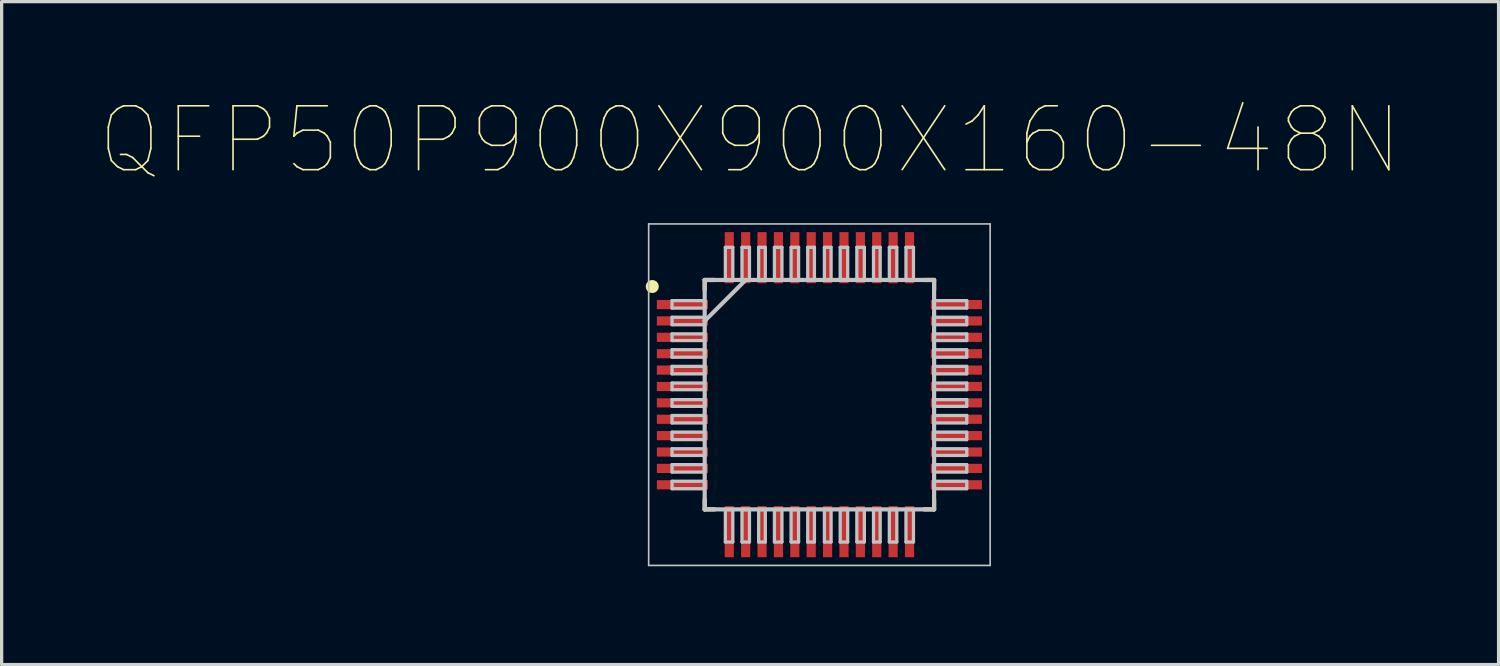
<source format=kicad_pcb>
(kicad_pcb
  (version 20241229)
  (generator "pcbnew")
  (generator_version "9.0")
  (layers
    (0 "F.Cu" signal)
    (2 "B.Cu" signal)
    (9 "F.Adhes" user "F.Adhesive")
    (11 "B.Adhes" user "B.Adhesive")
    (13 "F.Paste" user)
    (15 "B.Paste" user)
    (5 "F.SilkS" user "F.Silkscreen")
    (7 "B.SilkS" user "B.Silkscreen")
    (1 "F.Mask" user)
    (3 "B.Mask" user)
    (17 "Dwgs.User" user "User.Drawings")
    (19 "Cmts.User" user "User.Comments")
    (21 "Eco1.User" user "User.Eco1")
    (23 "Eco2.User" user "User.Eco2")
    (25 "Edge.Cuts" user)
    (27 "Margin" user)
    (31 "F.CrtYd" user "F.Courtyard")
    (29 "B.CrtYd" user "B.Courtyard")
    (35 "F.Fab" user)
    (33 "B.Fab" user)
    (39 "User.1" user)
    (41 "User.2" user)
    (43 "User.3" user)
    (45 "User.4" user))
  (footprint "QFP50P900X900X160-48N"
    (layer "F.Cu")
    (at 21.953 8.993)
    (property "Reference" "QFP50P900X900X160-48N" (at -2.115 -7.765 0) (layer "F.SilkS") (effects (font (size 1.949 1.949) (thickness 0.05))))
    (attr smd)
    (fp_line (start -3.5 -3.5) (end -3.5 -3.2) (stroke (width 0.127) (type solid)) (layer "F.SilkS"))
    (fp_line (start -3.5 3.2) (end -3.5 3.5) (stroke (width 0.127) (type solid)) (layer "F.SilkS"))
    (fp_line (start -3.5 3.5) (end -3.2 3.5) (stroke (width 0.127) (type solid)) (layer "F.SilkS"))
    (fp_line (start -3.2 -3.5) (end -3.5 -3.5) (stroke (width 0.127) (type solid)) (layer "F.SilkS"))
    (fp_line (start 3.2 3.5) (end 3.5 3.5) (stroke (width 0.127) (type solid)) (layer "F.SilkS"))
    (fp_line (start 3.5 -3.5) (end 3.2 -3.5) (stroke (width 0.127) (type solid)) (layer "F.SilkS"))
    (fp_line (start 3.5 -3.2) (end 3.5 -3.5) (stroke (width 0.127) (type solid)) (layer "F.SilkS"))
    (fp_line (start 3.5 3.5) (end 3.5 3.2) (stroke (width 0.127) (type solid)) (layer "F.SilkS"))
    (fp_circle (center -5.1 -3.3) (end -5 -3.3) (stroke (width 0.2) (type solid)) (fill no) (layer "F.SilkS"))
    (fp_line (start -5.21 -5.21) (end 5.21 -5.21) (stroke (width 0.05) (type solid)) (layer "Dwgs.User"))
    (fp_line (start -5.21 5.21) (end -5.21 -5.21) (stroke (width 0.05) (type solid)) (layer "Dwgs.User"))
    (fp_line (start -4.496 -2.87) (end -4.496 -2.642) (stroke (width 0.1) (type solid)) (layer "Dwgs.User"))
    (fp_line (start -4.496 -2.642) (end -3.505 -2.642) (stroke (width 0.1) (type solid)) (layer "Dwgs.User"))
    (fp_line (start -4.496 -2.362) (end -4.496 -2.134) (stroke (width 0.1) (type solid)) (layer "Dwgs.User"))
    (fp_line (start -4.496 -2.134) (end -3.505 -2.134) (stroke (width 0.1) (type solid)) (layer "Dwgs.User"))
    (fp_line (start -4.496 -1.854) (end -4.496 -1.651) (stroke (width 0.1) (type solid)) (layer "Dwgs.User"))
    (fp_line (start -4.496 -1.651) (end -3.505 -1.651) (stroke (width 0.1) (type solid)) (layer "Dwgs.User"))
    (fp_line (start -4.496 -1.372) (end -4.496 -1.143) (stroke (width 0.1) (type solid)) (layer "Dwgs.User"))
    (fp_line (start -4.496 -1.143) (end -3.505 -1.143) (stroke (width 0.1) (type solid)) (layer "Dwgs.User"))
    (fp_line (start -4.496 -0.864) (end -4.496 -0.635) (stroke (width 0.1) (type solid)) (layer "Dwgs.User"))
    (fp_line (start -4.496 -0.635) (end -3.505 -0.635) (stroke (width 0.1) (type solid)) (layer "Dwgs.User"))
    (fp_line (start -4.496 -0.356) (end -4.496 -0.152) (stroke (width 0.1) (type solid)) (layer "Dwgs.User"))
    (fp_line (start -4.496 -0.152) (end -3.505 -0.152) (stroke (width 0.1) (type solid)) (layer "Dwgs.User"))
    (fp_line (start -4.496 0.152) (end -4.496 0.356) (stroke (width 0.1) (type solid)) (layer "Dwgs.User"))
    (fp_line (start -4.496 0.356) (end -3.505 0.356) (stroke (width 0.1) (type solid)) (layer "Dwgs.User"))
    (fp_line (start -4.496 0.635) (end -4.496 0.864) (stroke (width 0.1) (type solid)) (layer "Dwgs.User"))
    (fp_line (start -4.496 0.864) (end -3.505 0.864) (stroke (width 0.1) (type solid)) (layer "Dwgs.User"))
    (fp_line (start -4.496 1.143) (end -4.496 1.372) (stroke (width 0.1) (type solid)) (layer "Dwgs.User"))
    (fp_line (start -4.496 1.372) (end -3.505 1.372) (stroke (width 0.1) (type solid)) (layer "Dwgs.User"))
    (fp_line (start -4.496 1.651) (end -4.496 1.854) (stroke (width 0.1) (type solid)) (layer "Dwgs.User"))
    (fp_line (start -4.496 1.854) (end -3.505 1.854) (stroke (width 0.1) (type solid)) (layer "Dwgs.User"))
    (fp_line (start -4.496 2.134) (end -4.496 2.362) (stroke (width 0.1) (type solid)) (layer "Dwgs.User"))
    (fp_line (start -4.496 2.362) (end -3.505 2.362) (stroke (width 0.1) (type solid)) (layer "Dwgs.User"))
    (fp_line (start -4.496 2.642) (end -4.496 2.87) (stroke (width 0.1) (type solid)) (layer "Dwgs.User"))
    (fp_line (start -4.496 2.87) (end -3.505 2.87) (stroke (width 0.1) (type solid)) (layer "Dwgs.User"))
    (fp_line (start -3.505 -2.87) (end -4.496 -2.87) (stroke (width 0.1) (type solid)) (layer "Dwgs.User"))
    (fp_line (start -3.505 -2.642) (end -3.505 -2.87) (stroke (width 0.1) (type solid)) (layer "Dwgs.User"))
    (fp_line (start -3.505 -2.362) (end -4.496 -2.362) (stroke (width 0.1) (type solid)) (layer "Dwgs.User"))
    (fp_line (start -3.505 -2.134) (end -3.5 -2.25) (stroke (width 0.1) (type solid)) (layer "Dwgs.User"))
    (fp_line (start -3.505 -1.854) (end -4.496 -1.854) (stroke (width 0.1) (type solid)) (layer "Dwgs.User"))
    (fp_line (start -3.505 -1.651) (end -3.505 -1.854) (stroke (width 0.1) (type solid)) (layer "Dwgs.User"))
    (fp_line (start -3.505 -1.372) (end -4.496 -1.372) (stroke (width 0.1) (type solid)) (layer "Dwgs.User"))
    (fp_line (start -3.505 -1.143) (end -3.505 -1.372) (stroke (width 0.1) (type solid)) (layer "Dwgs.User"))
    (fp_line (start -3.505 -0.864) (end -4.496 -0.864) (stroke (width 0.1) (type solid)) (layer "Dwgs.User"))
    (fp_line (start -3.505 -0.635) (end -3.505 -0.864) (stroke (width 0.1) (type solid)) (layer "Dwgs.User"))
    (fp_line (start -3.505 -0.356) (end -4.496 -0.356) (stroke (width 0.1) (type solid)) (layer "Dwgs.User"))
    (fp_line (start -3.505 -0.152) (end -3.505 -0.356) (stroke (width 0.1) (type solid)) (layer "Dwgs.User"))
    (fp_line (start -3.505 0.152) (end -4.496 0.152) (stroke (width 0.1) (type solid)) (layer "Dwgs.User"))
    (fp_line (start -3.505 0.356) (end -3.505 0.152) (stroke (width 0.1) (type solid)) (layer "Dwgs.User"))
    (fp_line (start -3.505 0.635) (end -4.496 0.635) (stroke (width 0.1) (type solid)) (layer "Dwgs.User"))
    (fp_line (start -3.505 0.864) (end -3.505 0.635) (stroke (width 0.1) (type solid)) (layer "Dwgs.User"))
    (fp_line (start -3.505 1.143) (end -4.496 1.143) (stroke (width 0.1) (type solid)) (layer "Dwgs.User"))
    (fp_line (start -3.505 1.372) (end -3.505 1.143) (stroke (width 0.1) (type solid)) (layer "Dwgs.User"))
    (fp_line (start -3.505 1.651) (end -4.496 1.651) (stroke (width 0.1) (type solid)) (layer "Dwgs.User"))
    (fp_line (start -3.505 1.854) (end -3.505 1.651) (stroke (width 0.1) (type solid)) (layer "Dwgs.User"))
    (fp_line (start -3.505 2.134) (end -4.496 2.134) (stroke (width 0.1) (type solid)) (layer "Dwgs.User"))
    (fp_line (start -3.505 2.362) (end -3.505 2.134) (stroke (width 0.1) (type solid)) (layer "Dwgs.User"))
    (fp_line (start -3.505 2.642) (end -4.496 2.642) (stroke (width 0.1) (type solid)) (layer "Dwgs.User"))
    (fp_line (start -3.505 2.87) (end -3.505 2.642) (stroke (width 0.1) (type solid)) (layer "Dwgs.User"))
    (fp_line (start -3.5 -3.5) (end -3.5 -2.25) (stroke (width 0.127) (type solid)) (layer "Dwgs.User"))
    (fp_line (start -3.5 -2.25) (end -3.505 -2.362) (stroke (width 0.1) (type solid)) (layer "Dwgs.User"))
    (fp_line (start -3.5 -2.25) (end -3.5 3.5) (stroke (width 0.127) (type solid)) (layer "Dwgs.User"))
    (fp_line (start -3.5 -2.25) (end -2.25 -3.5) (stroke (width 0.127) (type solid)) (layer "Dwgs.User"))
    (fp_line (start -3.5 3.5) (end 3.5 3.5) (stroke (width 0.127) (type solid)) (layer "Dwgs.User"))
    (fp_line (start -2.87 -4.496) (end -2.87 -3.505) (stroke (width 0.1) (type solid)) (layer "Dwgs.User"))
    (fp_line (start -2.87 -3.505) (end -2.642 -3.505) (stroke (width 0.1) (type solid)) (layer "Dwgs.User"))
    (fp_line (start -2.87 3.505) (end -2.87 4.496) (stroke (width 0.1) (type solid)) (layer "Dwgs.User"))
    (fp_line (start -2.87 4.496) (end -2.642 4.496) (stroke (width 0.1) (type solid)) (layer "Dwgs.User"))
    (fp_line (start -2.642 -4.496) (end -2.87 -4.496) (stroke (width 0.1) (type solid)) (layer "Dwgs.User"))
    (fp_line (start -2.642 -3.505) (end -2.642 -4.496) (stroke (width 0.1) (type solid)) (layer "Dwgs.User"))
    (fp_line (start -2.642 3.505) (end -2.87 3.505) (stroke (width 0.1) (type solid)) (layer "Dwgs.User"))
    (fp_line (start -2.642 4.496) (end -2.642 3.505) (stroke (width 0.1) (type solid)) (layer "Dwgs.User"))
    (fp_line (start -2.362 -4.496) (end -2.362 -3.505) (stroke (width 0.1) (type solid)) (layer "Dwgs.User"))
    (fp_line (start -2.362 -3.505) (end -2.25 -3.5) (stroke (width 0.1) (type solid)) (layer "Dwgs.User"))
    (fp_line (start -2.362 3.505) (end -2.362 4.496) (stroke (width 0.1) (type solid)) (layer "Dwgs.User"))
    (fp_line (start -2.362 4.496) (end -2.134 4.496) (stroke (width 0.1) (type solid)) (layer "Dwgs.User"))
    (fp_line (start -2.25 -3.5) (end -3.5 -3.5) (stroke (width 0.127) (type solid)) (layer "Dwgs.User"))
    (fp_line (start -2.25 -3.5) (end -2.134 -3.505) (stroke (width 0.1) (type solid)) (layer "Dwgs.User"))
    (fp_line (start -2.134 -4.496) (end -2.362 -4.496) (stroke (width 0.1) (type solid)) (layer "Dwgs.User"))
    (fp_line (start -2.134 -3.505) (end -2.134 -4.496) (stroke (width 0.1) (type solid)) (layer "Dwgs.User"))
    (fp_line (start -2.134 3.505) (end -2.362 3.505) (stroke (width 0.1) (type solid)) (layer "Dwgs.User"))
    (fp_line (start -2.134 4.496) (end -2.134 3.505) (stroke (width 0.1) (type solid)) (layer "Dwgs.User"))
    (fp_line (start -1.854 -4.496) (end -1.854 -3.505) (stroke (width 0.1) (type solid)) (layer "Dwgs.User"))
    (fp_line (start -1.854 -3.505) (end -1.651 -3.505) (stroke (width 0.1) (type solid)) (layer "Dwgs.User"))
    (fp_line (start -1.854 3.505) (end -1.854 4.496) (stroke (width 0.1) (type solid)) (layer "Dwgs.User"))
    (fp_line (start -1.854 4.496) (end -1.651 4.496) (stroke (width 0.1) (type solid)) (layer "Dwgs.User"))
    (fp_line (start -1.651 -4.496) (end -1.854 -4.496) (stroke (width 0.1) (type solid)) (layer "Dwgs.User"))
    (fp_line (start -1.651 -3.505) (end -1.651 -4.496) (stroke (width 0.1) (type solid)) (layer "Dwgs.User"))
    (fp_line (start -1.651 3.505) (end -1.854 3.505) (stroke (width 0.1) (type solid)) (layer "Dwgs.User"))
    (fp_line (start -1.651 4.496) (end -1.651 3.505) (stroke (width 0.1) (type solid)) (layer "Dwgs.User"))
    (fp_line (start -1.372 -4.496) (end -1.372 -3.505) (stroke (width 0.1) (type solid)) (layer "Dwgs.User"))
    (fp_line (start -1.372 -3.505) (end -1.143 -3.505) (stroke (width 0.1) (type solid)) (layer "Dwgs.User"))
    (fp_line (start -1.372 3.505) (end -1.372 4.496) (stroke (width 0.1) (type solid)) (layer "Dwgs.User"))
    (fp_line (start -1.372 4.496) (end -1.143 4.496) (stroke (width 0.1) (type solid)) (layer "Dwgs.User"))
    (fp_line (start -1.143 -4.496) (end -1.372 -4.496) (stroke (width 0.1) (type solid)) (layer "Dwgs.User"))
    (fp_line (start -1.143 -3.505) (end -1.143 -4.496) (stroke (width 0.1) (type solid)) (layer "Dwgs.User"))
    (fp_line (start -1.143 3.505) (end -1.372 3.505) (stroke (width 0.1) (type solid)) (layer "Dwgs.User"))
    (fp_line (start -1.143 4.496) (end -1.143 3.505) (stroke (width 0.1) (type solid)) (layer "Dwgs.User"))
    (fp_line (start -0.864 -4.496) (end -0.864 -3.505) (stroke (width 0.1) (type solid)) (layer "Dwgs.User"))
    (fp_line (start -0.864 -3.505) (end -0.635 -3.505) (stroke (width 0.1) (type solid)) (layer "Dwgs.User"))
    (fp_line (start -0.864 3.505) (end -0.864 4.496) (stroke (width 0.1) (type solid)) (layer "Dwgs.User"))
    (fp_line (start -0.864 4.496) (end -0.635 4.496) (stroke (width 0.1) (type solid)) (layer "Dwgs.User"))
    (fp_line (start -0.635 -4.496) (end -0.864 -4.496) (stroke (width 0.1) (type solid)) (layer "Dwgs.User"))
    (fp_line (start -0.635 -3.505) (end -0.635 -4.496) (stroke (width 0.1) (type solid)) (layer "Dwgs.User"))
    (fp_line (start -0.635 3.505) (end -0.864 3.505) (stroke (width 0.1) (type solid)) (layer "Dwgs.User"))
    (fp_line (start -0.635 4.496) (end -0.635 3.505) (stroke (width 0.1) (type solid)) (layer "Dwgs.User"))
    (fp_line (start -0.356 -4.496) (end -0.356 -3.505) (stroke (width 0.1) (type solid)) (layer "Dwgs.User"))
    (fp_line (start -0.356 -3.505) (end -0.152 -3.505) (stroke (width 0.1) (type solid)) (layer "Dwgs.User"))
    (fp_line (start -0.356 3.505) (end -0.356 4.496) (stroke (width 0.1) (type solid)) (layer "Dwgs.User"))
    (fp_line (start -0.356 4.496) (end -0.152 4.496) (stroke (width 0.1) (type solid)) (layer "Dwgs.User"))
    (fp_line (start -0.152 -4.496) (end -0.356 -4.496) (stroke (width 0.1) (type solid)) (layer "Dwgs.User"))
    (fp_line (start -0.152 -3.505) (end -0.152 -4.496) (stroke (width 0.1) (type solid)) (layer "Dwgs.User"))
    (fp_line (start -0.152 3.505) (end -0.356 3.505) (stroke (width 0.1) (type solid)) (layer "Dwgs.User"))
    (fp_line (start -0.152 4.496) (end -0.152 3.505) (stroke (width 0.1) (type solid)) (layer "Dwgs.User"))
    (fp_line (start 0.152 -4.496) (end 0.152 -3.505) (stroke (width 0.1) (type solid)) (layer "Dwgs.User"))
    (fp_line (start 0.152 -3.505) (end 0.356 -3.505) (stroke (width 0.1) (type solid)) (layer "Dwgs.User"))
    (fp_line (start 0.152 3.505) (end 0.152 4.496) (stroke (width 0.1) (type solid)) (layer "Dwgs.User"))
    (fp_line (start 0.152 4.496) (end 0.356 4.496) (stroke (width 0.1) (type solid)) (layer "Dwgs.User"))
    (fp_line (start 0.356 -4.496) (end 0.152 -4.496) (stroke (width 0.1) (type solid)) (layer "Dwgs.User"))
    (fp_line (start 0.356 -3.505) (end 0.356 -4.496) (stroke (width 0.1) (type solid)) (layer "Dwgs.User"))
    (fp_line (start 0.356 3.505) (end 0.152 3.505) (stroke (width 0.1) (type solid)) (layer "Dwgs.User"))
    (fp_line (start 0.356 4.496) (end 0.356 3.505) (stroke (width 0.1) (type solid)) (layer "Dwgs.User"))
    (fp_line (start 0.635 -4.496) (end 0.635 -3.505) (stroke (width 0.1) (type solid)) (layer "Dwgs.User"))
    (fp_line (start 0.635 -3.505) (end 0.864 -3.505) (stroke (width 0.1) (type solid)) (layer "Dwgs.User"))
    (fp_line (start 0.635 3.505) (end 0.635 4.496) (stroke (width 0.1) (type solid)) (layer "Dwgs.User"))
    (fp_line (start 0.635 4.496) (end 0.864 4.496) (stroke (width 0.1) (type solid)) (layer "Dwgs.User"))
    (fp_line (start 0.864 -4.496) (end 0.635 -4.496) (stroke (width 0.1) (type solid)) (layer "Dwgs.User"))
    (fp_line (start 0.864 -3.505) (end 0.864 -4.496) (stroke (width 0.1) (type solid)) (layer "Dwgs.User"))
    (fp_line (start 0.864 3.505) (end 0.635 3.505) (stroke (width 0.1) (type solid)) (layer "Dwgs.User"))
    (fp_line (start 0.864 4.496) (end 0.864 3.505) (stroke (width 0.1) (type solid)) (layer "Dwgs.User"))
    (fp_line (start 1.143 -4.496) (end 1.143 -3.505) (stroke (width 0.1) (type solid)) (layer "Dwgs.User"))
    (fp_line (start 1.143 -3.505) (end 1.372 -3.505) (stroke (width 0.1) (type solid)) (layer "Dwgs.User"))
    (fp_line (start 1.143 3.505) (end 1.143 4.496) (stroke (width 0.1) (type solid)) (layer "Dwgs.User"))
    (fp_line (start 1.143 4.496) (end 1.372 4.496) (stroke (width 0.1) (type solid)) (layer "Dwgs.User"))
    (fp_line (start 1.372 -4.496) (end 1.143 -4.496) (stroke (width 0.1) (type solid)) (layer "Dwgs.User"))
    (fp_line (start 1.372 -3.505) (end 1.372 -4.496) (stroke (width 0.1) (type solid)) (layer "Dwgs.User"))
    (fp_line (start 1.372 3.505) (end 1.143 3.505) (stroke (width 0.1) (type solid)) (layer "Dwgs.User"))
    (fp_line (start 1.372 4.496) (end 1.372 3.505) (stroke (width 0.1) (type solid)) (layer "Dwgs.User"))
    (fp_line (start 1.651 -4.496) (end 1.651 -3.505) (stroke (width 0.1) (type solid)) (layer "Dwgs.User"))
    (fp_line (start 1.651 -3.505) (end 1.854 -3.505) (stroke (width 0.1) (type solid)) (layer "Dwgs.User"))
    (fp_line (start 1.651 3.505) (end 1.651 4.496) (stroke (width 0.1) (type solid)) (layer "Dwgs.User"))
    (fp_line (start 1.651 4.496) (end 1.854 4.496) (stroke (width 0.1) (type solid)) (layer "Dwgs.User"))
    (fp_line (start 1.854 -4.496) (end 1.651 -4.496) (stroke (width 0.1) (type solid)) (layer "Dwgs.User"))
    (fp_line (start 1.854 -3.505) (end 1.854 -4.496) (stroke (width 0.1) (type solid)) (layer "Dwgs.User"))
    (fp_line (start 1.854 3.505) (end 1.651 3.505) (stroke (width 0.1) (type solid)) (layer "Dwgs.User"))
    (fp_line (start 1.854 4.496) (end 1.854 3.505) (stroke (width 0.1) (type solid)) (layer "Dwgs.User"))
    (fp_line (start 2.134 -4.496) (end 2.134 -3.505) (stroke (width 0.1) (type solid)) (layer "Dwgs.User"))
    (fp_line (start 2.134 -3.505) (end 2.362 -3.505) (stroke (width 0.1) (type solid)) (layer "Dwgs.User"))
    (fp_line (start 2.134 3.505) (end 2.134 4.496) (stroke (width 0.1) (type solid)) (layer "Dwgs.User"))
    (fp_line (start 2.134 4.496) (end 2.362 4.496) (stroke (width 0.1) (type solid)) (layer "Dwgs.User"))
    (fp_line (start 2.362 -4.496) (end 2.134 -4.496) (stroke (width 0.1) (type solid)) (layer "Dwgs.User"))
    (fp_line (start 2.362 -3.505) (end 2.362 -4.496) (stroke (width 0.1) (type solid)) (layer "Dwgs.User"))
    (fp_line (start 2.362 3.505) (end 2.134 3.505) (stroke (width 0.1) (type solid)) (layer "Dwgs.User"))
    (fp_line (start 2.362 4.496) (end 2.362 3.505) (stroke (width 0.1) (type solid)) (layer "Dwgs.User"))
    (fp_line (start 2.642 -4.496) (end 2.642 -3.505) (stroke (width 0.1) (type solid)) (layer "Dwgs.User"))
    (fp_line (start 2.642 -3.505) (end 2.87 -3.505) (stroke (width 0.1) (type solid)) (layer "Dwgs.User"))
    (fp_line (start 2.642 3.505) (end 2.642 4.496) (stroke (width 0.1) (type solid)) (layer "Dwgs.User"))
    (fp_line (start 2.642 4.496) (end 2.87 4.496) (stroke (width 0.1) (type solid)) (layer "Dwgs.User"))
    (fp_line (start 2.87 -4.496) (end 2.642 -4.496) (stroke (width 0.1) (type solid)) (layer "Dwgs.User"))
    (fp_line (start 2.87 -3.505) (end 2.87 -4.496) (stroke (width 0.1) (type solid)) (layer "Dwgs.User"))
    (fp_line (start 2.87 3.505) (end 2.642 3.505) (stroke (width 0.1) (type solid)) (layer "Dwgs.User"))
    (fp_line (start 2.87 4.496) (end 2.87 3.505) (stroke (width 0.1) (type solid)) (layer "Dwgs.User"))
    (fp_line (start 3.5 -3.5) (end -2.25 -3.5) (stroke (width 0.127) (type solid)) (layer "Dwgs.User"))
    (fp_line (start 3.5 3.5) (end 3.5 -3.5) (stroke (width 0.127) (type solid)) (layer "Dwgs.User"))
    (fp_line (start 3.505 -2.87) (end 3.505 -2.642) (stroke (width 0.1) (type solid)) (layer "Dwgs.User"))
    (fp_line (start 3.505 -2.642) (end 4.496 -2.642) (stroke (width 0.1) (type solid)) (layer "Dwgs.User"))
    (fp_line (start 3.505 -2.362) (end 3.505 -2.134) (stroke (width 0.1) (type solid)) (layer "Dwgs.User"))
    (fp_line (start 3.505 -2.134) (end 4.496 -2.134) (stroke (width 0.1) (type solid)) (layer "Dwgs.User"))
    (fp_line (start 3.505 -1.854) (end 3.505 -1.651) (stroke (width 0.1) (type solid)) (layer "Dwgs.User"))
    (fp_line (start 3.505 -1.651) (end 4.496 -1.651) (stroke (width 0.1) (type solid)) (layer "Dwgs.User"))
    (fp_line (start 3.505 -1.372) (end 3.505 -1.143) (stroke (width 0.1) (type solid)) (layer "Dwgs.User"))
    (fp_line (start 3.505 -1.143) (end 4.496 -1.143) (stroke (width 0.1) (type solid)) (layer "Dwgs.User"))
    (fp_line (start 3.505 -0.864) (end 3.505 -0.635) (stroke (width 0.1) (type solid)) (layer "Dwgs.User"))
    (fp_line (start 3.505 -0.635) (end 4.496 -0.635) (stroke (width 0.1) (type solid)) (layer "Dwgs.User"))
    (fp_line (start 3.505 -0.356) (end 3.505 -0.152) (stroke (width 0.1) (type solid)) (layer "Dwgs.User"))
    (fp_line (start 3.505 -0.152) (end 4.496 -0.152) (stroke (width 0.1) (type solid)) (layer "Dwgs.User"))
    (fp_line (start 3.505 0.152) (end 3.505 0.356) (stroke (width 0.1) (type solid)) (layer "Dwgs.User"))
    (fp_line (start 3.505 0.356) (end 4.496 0.356) (stroke (width 0.1) (type solid)) (layer "Dwgs.User"))
    (fp_line (start 3.505 0.635) (end 3.505 0.864) (stroke (width 0.1) (type solid)) (layer "Dwgs.User"))
    (fp_line (start 3.505 0.864) (end 4.496 0.864) (stroke (width 0.1) (type solid)) (layer "Dwgs.User"))
    (fp_line (start 3.505 1.143) (end 3.505 1.372) (stroke (width 0.1) (type solid)) (layer "Dwgs.User"))
    (fp_line (start 3.505 1.372) (end 4.496 1.372) (stroke (width 0.1) (type solid)) (layer "Dwgs.User"))
    (fp_line (start 3.505 1.651) (end 3.505 1.854) (stroke (width 0.1) (type solid)) (layer "Dwgs.User"))
    (fp_line (start 3.505 1.854) (end 4.496 1.854) (stroke (width 0.1) (type solid)) (layer "Dwgs.User"))
    (fp_line (start 3.505 2.134) (end 3.505 2.362) (stroke (width 0.1) (type solid)) (layer "Dwgs.User"))
    (fp_line (start 3.505 2.362) (end 4.496 2.362) (stroke (width 0.1) (type solid)) (layer "Dwgs.User"))
    (fp_line (start 3.505 2.642) (end 3.505 2.87) (stroke (width 0.1) (type solid)) (layer "Dwgs.User"))
    (fp_line (start 3.505 2.87) (end 4.496 2.87) (stroke (width 0.1) (type solid)) (layer "Dwgs.User"))
    (fp_line (start 4.496 -2.87) (end 3.505 -2.87) (stroke (width 0.1) (type solid)) (layer "Dwgs.User"))
    (fp_line (start 4.496 -2.642) (end 4.496 -2.87) (stroke (width 0.1) (type solid)) (layer "Dwgs.User"))
    (fp_line (start 4.496 -2.362) (end 3.505 -2.362) (stroke (width 0.1) (type solid)) (layer "Dwgs.User"))
    (fp_line (start 4.496 -2.134) (end 4.496 -2.362) (stroke (width 0.1) (type solid)) (layer "Dwgs.User"))
    (fp_line (start 4.496 -1.854) (end 3.505 -1.854) (stroke (width 0.1) (type solid)) (layer "Dwgs.User"))
    (fp_line (start 4.496 -1.651) (end 4.496 -1.854) (stroke (width 0.1) (type solid)) (layer "Dwgs.User"))
    (fp_line (start 4.496 -1.372) (end 3.505 -1.372) (stroke (width 0.1) (type solid)) (layer "Dwgs.User"))
    (fp_line (start 4.496 -1.143) (end 4.496 -1.372) (stroke (width 0.1) (type solid)) (layer "Dwgs.User"))
    (fp_line (start 4.496 -0.864) (end 3.505 -0.864) (stroke (width 0.1) (type solid)) (layer "Dwgs.User"))
    (fp_line (start 4.496 -0.635) (end 4.496 -0.864) (stroke (width 0.1) (type solid)) (layer "Dwgs.User"))
    (fp_line (start 4.496 -0.356) (end 3.505 -0.356) (stroke (width 0.1) (type solid)) (layer "Dwgs.User"))
    (fp_line (start 4.496 -0.152) (end 4.496 -0.356) (stroke (width 0.1) (type solid)) (layer "Dwgs.User"))
    (fp_line (start 4.496 0.152) (end 3.505 0.152) (stroke (width 0.1) (type solid)) (layer "Dwgs.User"))
    (fp_line (start 4.496 0.356) (end 4.496 0.152) (stroke (width 0.1) (type solid)) (layer "Dwgs.User"))
    (fp_line (start 4.496 0.635) (end 3.505 0.635) (stroke (width 0.1) (type solid)) (layer "Dwgs.User"))
    (fp_line (start 4.496 0.864) (end 4.496 0.635) (stroke (width 0.1) (type solid)) (layer "Dwgs.User"))
    (fp_line (start 4.496 1.143) (end 3.505 1.143) (stroke (width 0.1) (type solid)) (layer "Dwgs.User"))
    (fp_line (start 4.496 1.372) (end 4.496 1.143) (stroke (width 0.1) (type solid)) (layer "Dwgs.User"))
    (fp_line (start 4.496 1.651) (end 3.505 1.651) (stroke (width 0.1) (type solid)) (layer "Dwgs.User"))
    (fp_line (start 4.496 1.854) (end 4.496 1.651) (stroke (width 0.1) (type solid)) (layer "Dwgs.User"))
    (fp_line (start 4.496 2.134) (end 3.505 2.134) (stroke (width 0.1) (type solid)) (layer "Dwgs.User"))
    (fp_line (start 4.496 2.362) (end 4.496 2.134) (stroke (width 0.1) (type solid)) (layer "Dwgs.User"))
    (fp_line (start 4.496 2.642) (end 3.505 2.642) (stroke (width 0.1) (type solid)) (layer "Dwgs.User"))
    (fp_line (start 4.496 2.87) (end 4.496 2.642) (stroke (width 0.1) (type solid)) (layer "Dwgs.User"))
    (fp_line (start 5.21 -5.21) (end 5.21 5.21) (stroke (width 0.05) (type solid)) (layer "Dwgs.User"))
    (fp_line (start 5.21 5.21) (end -5.21 5.21) (stroke (width 0.05) (type solid)) (layer "Dwgs.User"))
    (pad "1" smd rect (at -4.18 -2.75 270) (size 0.28 1.56) (layers "F.Cu" "F.Mask" "F.Paste"))
    (pad "2" smd rect (at -4.18 -2.25 270) (size 0.28 1.56) (layers "F.Cu" "F.Mask" "F.Paste"))
    (pad "3" smd rect (at -4.18 -1.75 270) (size 0.28 1.56) (layers "F.Cu" "F.Mask" "F.Paste"))
    (pad "4" smd rect (at -4.18 -1.25 270) (size 0.28 1.56) (layers "F.Cu" "F.Mask" "F.Paste"))
    (pad "5" smd rect (at -4.18 -0.75 270) (size 0.28 1.56) (layers "F.Cu" "F.Mask" "F.Paste"))
    (pad "6" smd rect (at -4.18 -0.25 270) (size 0.28 1.56) (layers "F.Cu" "F.Mask" "F.Paste"))
    (pad "7" smd rect (at -4.18 0.25 270) (size 0.28 1.56) (layers "F.Cu" "F.Mask" "F.Paste"))
    (pad "8" smd rect (at -4.18 0.75 270) (size 0.28 1.56) (layers "F.Cu" "F.Mask" "F.Paste"))
    (pad "9" smd rect (at -4.18 1.25 270) (size 0.28 1.56) (layers "F.Cu" "F.Mask" "F.Paste"))
    (pad "10" smd rect (at -4.18 1.75 270) (size 0.28 1.56) (layers "F.Cu" "F.Mask" "F.Paste"))
    (pad "11" smd rect (at -4.18 2.25 270) (size 0.28 1.56) (layers "F.Cu" "F.Mask" "F.Paste"))
    (pad "12" smd rect (at -4.18 2.75 270) (size 0.28 1.56) (layers "F.Cu" "F.Mask" "F.Paste"))
    (pad "13" smd rect (at -2.75 4.18 180) (size 0.28 1.56) (layers "F.Cu" "F.Mask" "F.Paste"))
    (pad "14" smd rect (at -2.25 4.18 180) (size 0.28 1.56) (layers "F.Cu" "F.Mask" "F.Paste"))
    (pad "15" smd rect (at -1.75 4.18 180) (size 0.28 1.56) (layers "F.Cu" "F.Mask" "F.Paste"))
    (pad "16" smd rect (at -1.25 4.18 180) (size 0.28 1.56) (layers "F.Cu" "F.Mask" "F.Paste"))
    (pad "17" smd rect (at -0.75 4.18 180) (size 0.28 1.56) (layers "F.Cu" "F.Mask" "F.Paste"))
    (pad "18" smd rect (at -0.25 4.18 180) (size 0.28 1.56) (layers "F.Cu" "F.Mask" "F.Paste"))
    (pad "19" smd rect (at 0.25 4.18 180) (size 0.28 1.56) (layers "F.Cu" "F.Mask" "F.Paste"))
    (pad "20" smd rect (at 0.75 4.18 180) (size 0.28 1.56) (layers "F.Cu" "F.Mask" "F.Paste"))
    (pad "21" smd rect (at 1.25 4.18 180) (size 0.28 1.56) (layers "F.Cu" "F.Mask" "F.Paste"))
    (pad "22" smd rect (at 1.75 4.18 180) (size 0.28 1.56) (layers "F.Cu" "F.Mask" "F.Paste"))
    (pad "23" smd rect (at 2.25 4.18 180) (size 0.28 1.56) (layers "F.Cu" "F.Mask" "F.Paste"))
    (pad "24" smd rect (at 2.75 4.18 180) (size 0.28 1.56) (layers "F.Cu" "F.Mask" "F.Paste"))
    (pad "25" smd rect (at 4.18 2.75 270) (size 0.28 1.56) (layers "F.Cu" "F.Mask" "F.Paste"))
    (pad "26" smd rect (at 4.18 2.25 270) (size 0.28 1.56) (layers "F.Cu" "F.Mask" "F.Paste"))
    (pad "27" smd rect (at 4.18 1.75 270) (size 0.28 1.56) (layers "F.Cu" "F.Mask" "F.Paste"))
    (pad "28" smd rect (at 4.18 1.25 270) (size 0.28 1.56) (layers "F.Cu" "F.Mask" "F.Paste"))
    (pad "29" smd rect (at 4.18 0.75 270) (size 0.28 1.56) (layers "F.Cu" "F.Mask" "F.Paste"))
    (pad "30" smd rect (at 4.18 0.25 270) (size 0.28 1.56) (layers "F.Cu" "F.Mask" "F.Paste"))
    (pad "31" smd rect (at 4.18 -0.25 270) (size 0.28 1.56) (layers "F.Cu" "F.Mask" "F.Paste"))
    (pad "32" smd rect (at 4.18 -0.75 270) (size 0.28 1.56) (layers "F.Cu" "F.Mask" "F.Paste"))
    (pad "33" smd rect (at 4.18 -1.25 270) (size 0.28 1.56) (layers "F.Cu" "F.Mask" "F.Paste"))
    (pad "34" smd rect (at 4.18 -1.75 270) (size 0.28 1.56) (layers "F.Cu" "F.Mask" "F.Paste"))
    (pad "35" smd rect (at 4.18 -2.25 270) (size 0.28 1.56) (layers "F.Cu" "F.Mask" "F.Paste"))
    (pad "36" smd rect (at 4.18 -2.75 270) (size 0.28 1.56) (layers "F.Cu" "F.Mask" "F.Paste"))
    (pad "37" smd rect (at 2.75 -4.18 180) (size 0.28 1.56) (layers "F.Cu" "F.Mask" "F.Paste"))
    (pad "38" smd rect (at 2.25 -4.18 180) (size 0.28 1.56) (layers "F.Cu" "F.Mask" "F.Paste"))
    (pad "39" smd rect (at 1.75 -4.18 180) (size 0.28 1.56) (layers "F.Cu" "F.Mask" "F.Paste"))
    (pad "40" smd rect (at 1.25 -4.18 180) (size 0.28 1.56) (layers "F.Cu" "F.Mask" "F.Paste"))
    (pad "41" smd rect (at 0.75 -4.18 180) (size 0.28 1.56) (layers "F.Cu" "F.Mask" "F.Paste"))
    (pad "42" smd rect (at 0.25 -4.18 180) (size 0.28 1.56) (layers "F.Cu" "F.Mask" "F.Paste"))
    (pad "43" smd rect (at -0.25 -4.18 180) (size 0.28 1.56) (layers "F.Cu" "F.Mask" "F.Paste"))
    (pad "44" smd rect (at -0.75 -4.18 180) (size 0.28 1.56) (layers "F.Cu" "F.Mask" "F.Paste"))
    (pad "45" smd rect (at -1.25 -4.18 180) (size 0.28 1.56) (layers "F.Cu" "F.Mask" "F.Paste"))
    (pad "46" smd rect (at -1.75 -4.18 180) (size 0.28 1.56) (layers "F.Cu" "F.Mask" "F.Paste"))
    (pad "47" smd rect (at -2.25 -4.18 180) (size 0.28 1.56) (layers "F.Cu" "F.Mask" "F.Paste"))
    (pad "48" smd rect (at -2.75 -4.18 180) (size 0.28 1.56) (layers "F.Cu" "F.Mask" "F.Paste")))
  (gr_rect
    (start -3 -3)
    (end 42.677 17.228)
    (stroke (width 0.1) (type default))
    (fill no)
    (layer "Edge.Cuts")))
</source>
